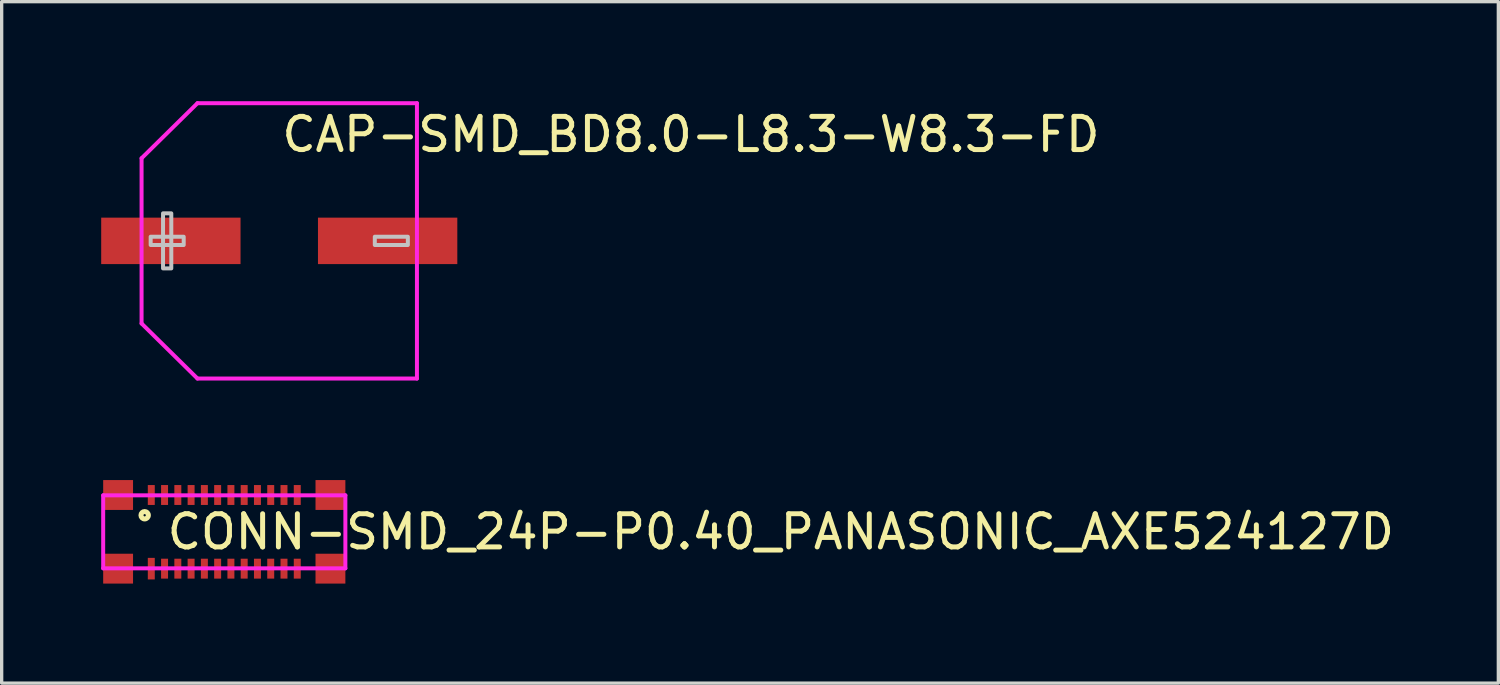
<source format=kicad_pcb>
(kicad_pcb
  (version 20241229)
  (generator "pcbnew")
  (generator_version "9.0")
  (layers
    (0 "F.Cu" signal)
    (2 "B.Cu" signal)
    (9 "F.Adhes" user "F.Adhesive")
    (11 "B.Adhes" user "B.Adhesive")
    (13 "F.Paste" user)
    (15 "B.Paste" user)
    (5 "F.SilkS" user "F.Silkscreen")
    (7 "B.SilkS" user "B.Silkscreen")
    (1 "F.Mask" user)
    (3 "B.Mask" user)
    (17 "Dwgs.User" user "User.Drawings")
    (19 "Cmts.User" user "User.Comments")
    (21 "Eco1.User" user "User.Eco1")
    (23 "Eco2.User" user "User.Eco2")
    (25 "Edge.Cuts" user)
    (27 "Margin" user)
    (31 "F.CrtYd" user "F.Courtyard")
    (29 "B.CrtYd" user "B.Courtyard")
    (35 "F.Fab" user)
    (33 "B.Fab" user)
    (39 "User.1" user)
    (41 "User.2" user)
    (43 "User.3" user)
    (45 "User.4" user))
  (footprint "CONN-SMD_24P-P0.40_PANASONIC_AXE524127D"
    (layer "F.Cu")
    (at 3.71 12.98)
    (property "Reference" "CONN-SMD_24P-P0.40_PANASONIC_AXE524127D" (at -1.8 0 0) (layer "F.SilkS") (effects (font (size 1 1) (thickness 0.15)) (justify left)))
    (attr through_hole)
    (fp_circle (center -2.4 -0.5) (end -2.289 -0.5) (stroke (width 0.152) (type solid)) (fill no) (layer "F.SilkS"))
    (fp_circle (center -3.65 -1.26) (end -3.62 -1.26) (stroke (width 0.06) (type solid)) (fill no) (layer "Eco2.User"))
    (fp_poly (pts (xy -2.95 -0.66) (xy -2.95 -1.26) (xy -3.25 -1.26) (xy -3.25 -0.66)) (stroke (width 0.12) (type solid)) (fill no) (layer "Eco2.User"))
    (fp_poly (pts (xy -2.95 1.26) (xy -2.95 0.66) (xy -3.25 0.66) (xy -3.25 1.26)) (stroke (width 0.12) (type solid)) (fill no) (layer "Eco2.User"))
    (fp_poly (pts (xy -2.275 -0.85) (xy -2.125 -0.85) (xy -2.125 -1.25) (xy -2.275 -1.25)) (stroke (width 0.12) (type solid)) (fill no) (layer "Eco2.User"))
    (fp_poly (pts (xy -2.275 1.25) (xy -2.125 1.25) (xy -2.125 0.85) (xy -2.275 0.85)) (stroke (width 0.12) (type solid)) (fill no) (layer "Eco2.User"))
    (fp_poly (pts (xy -1.875 -0.85) (xy -1.725 -0.85) (xy -1.725 -1.25) (xy -1.875 -1.25)) (stroke (width 0.12) (type solid)) (fill no) (layer "Eco2.User"))
    (fp_poly (pts (xy -1.875 1.25) (xy -1.725 1.25) (xy -1.725 0.85) (xy -1.875 0.85)) (stroke (width 0.12) (type solid)) (fill no) (layer "Eco2.User"))
    (fp_poly (pts (xy -1.475 -0.85) (xy -1.325 -0.85) (xy -1.325 -1.25) (xy -1.475 -1.25)) (stroke (width 0.12) (type solid)) (fill no) (layer "Eco2.User"))
    (fp_poly (pts (xy -1.475 1.25) (xy -1.325 1.25) (xy -1.325 0.85) (xy -1.475 0.85)) (stroke (width 0.12) (type solid)) (fill no) (layer "Eco2.User"))
    (fp_poly (pts (xy -1.075 -0.85) (xy -0.925 -0.85) (xy -0.925 -1.25) (xy -1.075 -1.25)) (stroke (width 0.12) (type solid)) (fill no) (layer "Eco2.User"))
    (fp_poly (pts (xy -1.075 1.25) (xy -0.925 1.25) (xy -0.925 0.85) (xy -1.075 0.85)) (stroke (width 0.12) (type solid)) (fill no) (layer "Eco2.User"))
    (fp_poly (pts (xy -0.675 -0.85) (xy -0.525 -0.85) (xy -0.525 -1.25) (xy -0.675 -1.25)) (stroke (width 0.12) (type solid)) (fill no) (layer "Eco2.User"))
    (fp_poly (pts (xy -0.675 1.25) (xy -0.525 1.25) (xy -0.525 0.85) (xy -0.675 0.85)) (stroke (width 0.12) (type solid)) (fill no) (layer "Eco2.User"))
    (fp_poly (pts (xy -0.275 -0.85) (xy -0.125 -0.85) (xy -0.125 -1.25) (xy -0.275 -1.25)) (stroke (width 0.12) (type solid)) (fill no) (layer "Eco2.User"))
    (fp_poly (pts (xy -0.275 1.25) (xy -0.125 1.25) (xy -0.125 0.85) (xy -0.275 0.85)) (stroke (width 0.12) (type solid)) (fill no) (layer "Eco2.User"))
    (fp_poly (pts (xy 0.125 -0.85) (xy 0.275 -0.85) (xy 0.275 -1.25) (xy 0.125 -1.25)) (stroke (width 0.12) (type solid)) (fill no) (layer "Eco2.User"))
    (fp_poly (pts (xy 0.125 1.25) (xy 0.275 1.25) (xy 0.275 0.85) (xy 0.125 0.85)) (stroke (width 0.12) (type solid)) (fill no) (layer "Eco2.User"))
    (fp_poly (pts (xy 0.525 -0.85) (xy 0.675 -0.85) (xy 0.675 -1.25) (xy 0.525 -1.25)) (stroke (width 0.12) (type solid)) (fill no) (layer "Eco2.User"))
    (fp_poly (pts (xy 0.525 1.25) (xy 0.675 1.25) (xy 0.675 0.85) (xy 0.525 0.85)) (stroke (width 0.12) (type solid)) (fill no) (layer "Eco2.User"))
    (fp_poly (pts (xy 0.925 -0.85) (xy 1.075 -0.85) (xy 1.075 -1.25) (xy 0.925 -1.25)) (stroke (width 0.12) (type solid)) (fill no) (layer "Eco2.User"))
    (fp_poly (pts (xy 0.925 1.25) (xy 1.075 1.25) (xy 1.075 0.85) (xy 0.925 0.85)) (stroke (width 0.12) (type solid)) (fill no) (layer "Eco2.User"))
    (fp_poly (pts (xy 1.325 -0.85) (xy 1.475 -0.85) (xy 1.475 -1.25) (xy 1.325 -1.25)) (stroke (width 0.12) (type solid)) (fill no) (layer "Eco2.User"))
    (fp_poly (pts (xy 1.325 1.25) (xy 1.475 1.25) (xy 1.475 0.85) (xy 1.325 0.85)) (stroke (width 0.12) (type solid)) (fill no) (layer "Eco2.User"))
    (fp_poly (pts (xy 1.725 -0.85) (xy 1.875 -0.85) (xy 1.875 -1.25) (xy 1.725 -1.25)) (stroke (width 0.12) (type solid)) (fill no) (layer "Eco2.User"))
    (fp_poly (pts (xy 1.725 1.25) (xy 1.875 1.25) (xy 1.875 0.85) (xy 1.725 0.85)) (stroke (width 0.12) (type solid)) (fill no) (layer "Eco2.User"))
    (fp_poly (pts (xy 2.125 -0.85) (xy 2.275 -0.85) (xy 2.275 -1.25) (xy 2.125 -1.25)) (stroke (width 0.12) (type solid)) (fill no) (layer "Eco2.User"))
    (fp_poly (pts (xy 2.125 1.25) (xy 2.275 1.25) (xy 2.275 0.85) (xy 2.125 0.85)) (stroke (width 0.12) (type solid)) (fill no) (layer "Eco2.User"))
    (fp_poly (pts (xy 2.95 -1.26) (xy 2.95 -0.66) (xy 3.25 -0.66) (xy 3.25 -1.26)) (stroke (width 0.12) (type solid)) (fill no) (layer "Eco2.User"))
    (fp_poly (pts (xy 2.95 0.66) (xy 2.95 1.26) (xy 3.25 1.26) (xy 3.25 0.66)) (stroke (width 0.12) (type solid)) (fill no) (layer "Eco2.User"))
    (fp_line (start -3.65 -1.1) (end -3.65 1.1) (stroke (width 0.12) (type solid)) (layer "F.CrtYd"))
    (fp_line (start -3.65 1.1) (end 3.65 1.1) (stroke (width 0.12) (type solid)) (layer "F.CrtYd"))
    (fp_line (start 3.65 -1.1) (end -3.65 -1.1) (stroke (width 0.12) (type solid)) (layer "F.CrtYd"))
    (fp_line (start 3.65 1.1) (end 3.65 -1.1) (stroke (width 0.12) (type solid)) (layer "F.CrtYd"))
    (pad "1" smd rect (at -2.2 -1.11) (size 0.21 0.6) (layers "F.Cu" "F.Mask" "F.Paste"))
    (pad "2" smd rect (at -1.8 -1.11) (size 0.21 0.6) (layers "F.Cu" "F.Mask" "F.Paste"))
    (pad "3" smd rect (at -1.4 -1.11) (size 0.21 0.6) (layers "F.Cu" "F.Mask" "F.Paste"))
    (pad "4" smd rect (at -1 -1.11) (size 0.21 0.6) (layers "F.Cu" "F.Mask" "F.Paste"))
    (pad "5" smd rect (at -0.6 -1.11) (size 0.21 0.6) (layers "F.Cu" "F.Mask" "F.Paste"))
    (pad "6" smd rect (at -0.2 -1.11) (size 0.21 0.6) (layers "F.Cu" "F.Mask" "F.Paste"))
    (pad "7" smd rect (at 0.2 -1.11) (size 0.21 0.6) (layers "F.Cu" "F.Mask" "F.Paste"))
    (pad "8" smd rect (at 0.6 -1.11) (size 0.21 0.6) (layers "F.Cu" "F.Mask" "F.Paste"))
    (pad "9" smd rect (at 1 -1.11) (size 0.21 0.6) (layers "F.Cu" "F.Mask" "F.Paste"))
    (pad "10" smd rect (at 1.4 -1.11) (size 0.21 0.6) (layers "F.Cu" "F.Mask" "F.Paste"))
    (pad "11" smd rect (at 1.8 -1.11) (size 0.21 0.6) (layers "F.Cu" "F.Mask" "F.Paste"))
    (pad "12" smd rect (at 2.2 -1.11) (size 0.21 0.6) (layers "F.Cu" "F.Mask" "F.Paste"))
    (pad "13" smd rect (at 2.2 1.11) (size 0.21 0.6) (layers "F.Cu" "F.Mask" "F.Paste"))
    (pad "14" smd rect (at 1.8 1.11) (size 0.21 0.6) (layers "F.Cu" "F.Mask" "F.Paste"))
    (pad "15" smd rect (at 1.4 1.11) (size 0.21 0.6) (layers "F.Cu" "F.Mask" "F.Paste"))
    (pad "16" smd rect (at 1 1.11) (size 0.21 0.6) (layers "F.Cu" "F.Mask" "F.Paste"))
    (pad "17" smd rect (at 0.6 1.11) (size 0.21 0.6) (layers "F.Cu" "F.Mask" "F.Paste"))
    (pad "18" smd rect (at 0.2 1.11) (size 0.21 0.6) (layers "F.Cu" "F.Mask" "F.Paste"))
    (pad "19" smd rect (at -0.2 1.11) (size 0.21 0.6) (layers "F.Cu" "F.Mask" "F.Paste"))
    (pad "20" smd rect (at -0.6 1.11) (size 0.21 0.6) (layers "F.Cu" "F.Mask" "F.Paste"))
    (pad "21" smd rect (at -1 1.11) (size 0.21 0.6) (layers "F.Cu" "F.Mask" "F.Paste"))
    (pad "22" smd rect (at -1.4 1.11) (size 0.21 0.6) (layers "F.Cu" "F.Mask" "F.Paste"))
    (pad "23" smd rect (at -1.8 1.11) (size 0.21 0.6) (layers "F.Cu" "F.Mask" "F.Paste"))
    (pad "24" smd rect (at -2.2 1.11) (size 0.21 0.65) (layers "F.Cu" "F.Mask" "F.Paste"))
    (pad "Y1" smd rect (at -3.2 -1.11 180) (size 0.9 0.9) (layers "F.Cu" "F.Mask" "F.Paste"))
    (pad "Y2" smd rect (at 3.2 -1.11) (size 0.9 0.9) (layers "F.Cu" "F.Mask" "F.Paste"))
    (pad "Z1" smd rect (at -3.2 1.11 180) (size 0.9 0.9) (layers "F.Cu" "F.Mask" "F.Paste"))
    (pad "Z2" smd rect (at 3.2 1.11) (size 0.9 0.9) (layers "F.Cu" "F.Mask" "F.Paste")))
  (footprint "CAP-SMD_BD8.0-L8.3-W8.3-FD"
    (layer "F.Cu")
    (at 5.367 4.21)
    (property "Reference" "CAP-SMD_BD8.0-L8.3-W8.3-FD" (at 0 -3.207 0) (layer "F.SilkS") (effects (font (size 1 1) (thickness 0.15)) (justify left)))
    (attr through_hole)
    (fp_poly (pts (xy -3.876 -0.125) (xy -3.876 0.125) (xy -2.88 0.125) (xy -2.88 -0.125)) (stroke (width 0.12) (type solid)) (fill no) (layer "Dwgs.User"))
    (fp_poly (pts (xy -3.503 -0.83) (xy -3.503 0.83) (xy -3.254 0.83) (xy -3.254 -0.83)) (stroke (width 0.12) (type solid)) (fill no) (layer "Dwgs.User"))
    (fp_poly (pts (xy 3.876 -0.125) (xy 3.876 0.125) (xy 2.88 0.125) (xy 2.88 -0.125)) (stroke (width 0.12) (type solid)) (fill no) (layer "Dwgs.User"))
    (fp_circle (center -4.525 4.15) (end -4.495 4.15) (stroke (width 0.06) (type solid)) (fill no) (layer "Eco2.User"))
    (fp_poly (pts (xy -4.524 -0.45) (xy -1.574 -0.45) (xy -1.574 0.45) (xy -4.524 0.45)) (stroke (width 0.12) (type solid)) (fill no) (layer "Eco2.User"))
    (fp_poly (pts (xy 1.574 -0.45) (xy 4.524 -0.45) (xy 4.524 0.45) (xy 1.574 0.45)) (stroke (width 0.12) (type solid)) (fill no) (layer "Eco2.User"))
    (fp_line (start -4.15 -2.49) (end -2.465 -4.15) (stroke (width 0.12) (type solid)) (layer "F.CrtYd"))
    (fp_line (start -4.15 2.49) (end -4.15 -2.49) (stroke (width 0.12) (type solid)) (layer "F.CrtYd"))
    (fp_line (start -2.465 -4.15) (end 4.15 -4.15) (stroke (width 0.12) (type solid)) (layer "F.CrtYd"))
    (fp_line (start -2.465 4.15) (end -4.15 2.49) (stroke (width 0.12) (type solid)) (layer "F.CrtYd"))
    (fp_line (start 4.15 -4.15) (end 4.15 4.15) (stroke (width 0.12) (type solid)) (layer "F.CrtYd"))
    (fp_line (start 4.15 4.15) (end -2.465 4.15) (stroke (width 0.12) (type solid)) (layer "F.CrtYd"))
    (pad "1" smd rect (at -3.267 0) (size 4.2 1.4) (layers "F.Cu" "F.Mask" "F.Paste"))
    (pad "2" smd rect (at 3.267 0) (size 4.2 1.4) (layers "F.Cu" "F.Mask" "F.Paste")))
  (gr_rect
    (start -3 -3)
    (end 42.112 17.54)
    (stroke (width 0.1) (type default))
    (fill no)
    (layer "Edge.Cuts")))
</source>
